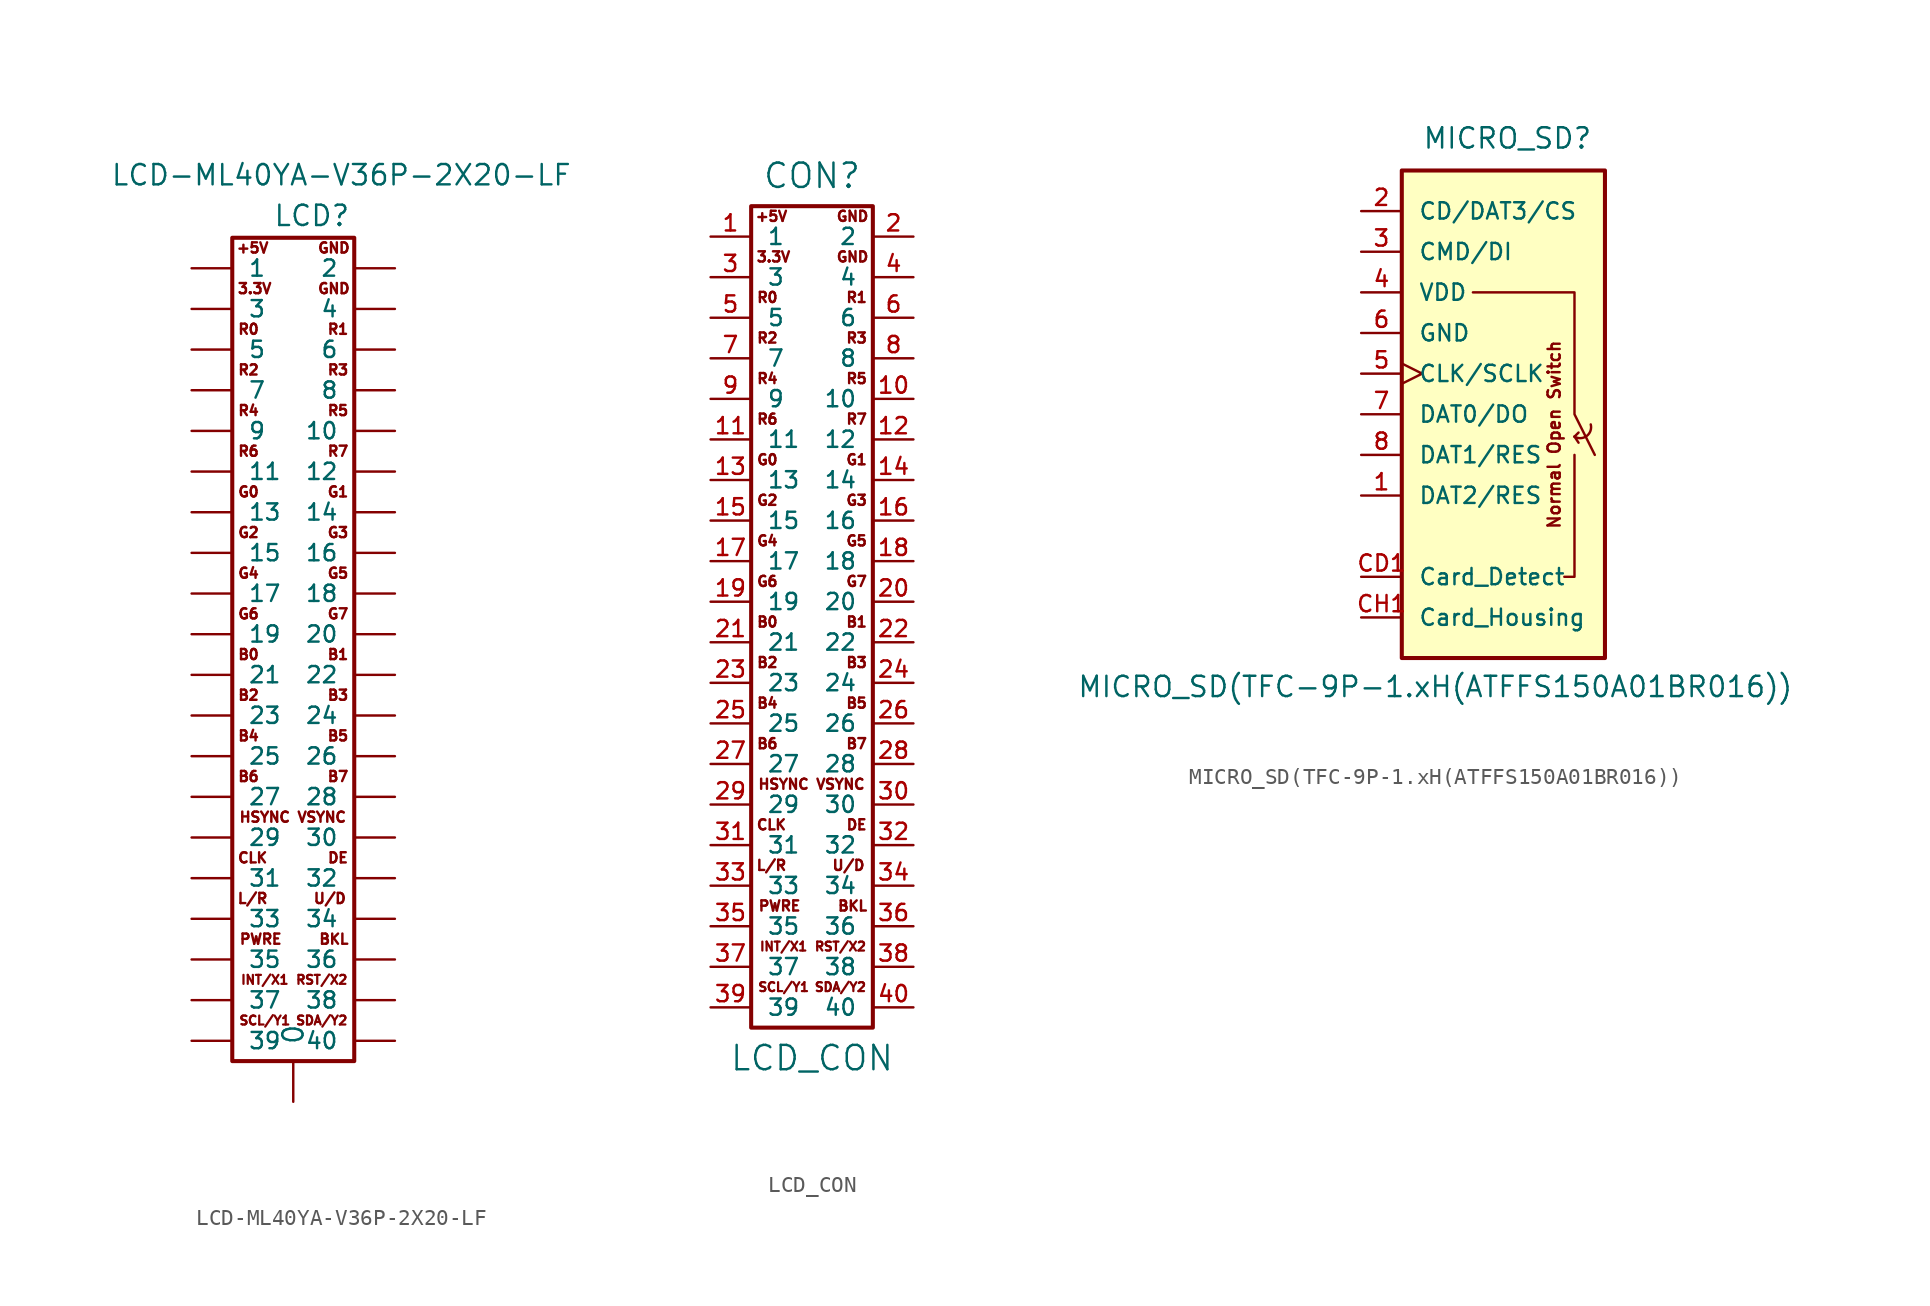
<source format=kicad_sym>
(kicad_symbol_lib
  (version 20220914)
  (generator kicad_symbol_editor)
  (symbol "LCD-ML40YA-V36P-2X20-LF"
    (pin_numbers hide)
    (pin_names
      (offset 1.016))
    (property "Reference" "LCD"
      (at 0 25.4 0)
      (effects (font (size 1.27 1.27)) (justify left bottom)))
    (property "Value" "LCD-ML40YA-V36P-2X20-LF"
      (at -10.16 27.94 0)
      (effects (font (size 1.27 1.27)) (justify left bottom)))
    (property "Datasheet" ""
      (at 2.54 0 0)
      (effects (font (size 1.524 1.524))))
    (property "ki_locked" ""
      (at 0 0 0)
      (effects (font (size 1.27 1.27))))
    (symbol "LCD-ML40YA-V36P-2X20-LF_0_0"
      (text "+5V" (at -1.27 24.13 0) (effects (font (size 0.635 0.635))))
      (text "3.3V" (at -1.143 21.59 0) (effects (font (size 0.635 0.635))))
      (text "B0" (at -1.524 -1.27 0) (effects (font (size 0.635 0.635))))
      (text "B1" (at 4.064 -1.27 0) (effects (font (size 0.635 0.635))))
      (text "B2" (at -1.524 -3.81 0) (effects (font (size 0.635 0.635))))
      (text "B3" (at 4.064 -3.81 0) (effects (font (size 0.635 0.635))))
      (text "B4" (at -1.524 -6.35 0) (effects (font (size 0.635 0.635))))
      (text "B5" (at 4.064 -6.35 0) (effects (font (size 0.635 0.635))))
      (text "B6" (at -1.524 -8.89 0) (effects (font (size 0.635 0.635))))
      (text "B7" (at 4.064 -8.89 0) (effects (font (size 0.635 0.635))))
      (text "BKL" (at 3.81 -19.05 0) (effects (font (size 0.635 0.635))))
      (text "CLK" (at -1.27 -13.97 0) (effects (font (size 0.635 0.635))))
      (text "DE" (at 4.064 -13.97 0) (effects (font (size 0.635 0.635))))
      (text "G0" (at -1.524 8.89 0) (effects (font (size 0.635 0.635))))
      (text "G1" (at 4.064 8.89 0) (effects (font (size 0.635 0.635))))
      (text "G2" (at -1.524 6.35 0) (effects (font (size 0.635 0.635))))
      (text "G3" (at 4.064 6.35 0) (effects (font (size 0.635 0.635))))
      (text "G4" (at -1.524 3.81 0) (effects (font (size 0.635 0.635))))
      (text "G6" (at -1.524 1.27 0) (effects (font (size 0.635 0.635))))
      (text "G7" (at 4.064 1.27 0) (effects (font (size 0.635 0.635))))
      (text "GND" (at 3.81 21.59 0) (effects (font (size 0.635 0.635))))
      (text "GND" (at 3.81 24.13 0) (effects (font (size 0.635 0.635))))
      (text "HSYNC" (at -0.508 -11.43 0) (effects (font (size 0.635 0.635))))
      (text "INT/X1" (at -0.508 -21.59 0) (effects (font (size 0.559 0.559))))
      (text "L/R" (at -1.27 -16.51 0) (effects (font (size 0.635 0.635))))
      (text "PWRE" (at -0.762 -19.05 0) (effects (font (size 0.635 0.635))))
      (text "R0" (at -1.524 19.05 0) (effects (font (size 0.635 0.635))))
      (text "R1" (at 4.064 19.05 0) (effects (font (size 0.635 0.635))))
      (text "R2" (at -1.524 16.51 0) (effects (font (size 0.635 0.635))))
      (text "R3" (at 4.064 16.51 0) (effects (font (size 0.635 0.635))))
      (text "R5" (at 4.064 13.97 0) (effects (font (size 0.635 0.635))))
      (text "R6" (at -1.524 11.43 0) (effects (font (size 0.635 0.635))))
      (text "R7" (at 4.064 11.43 0) (effects (font (size 0.635 0.635))))
      (text "RST/X2" (at 3.048 -21.59 0) (effects (font (size 0.559 0.559))))
      (text "SCL/Y1" (at -0.508 -24.13 0) (effects (font (size 0.559 0.559))))
      (text "SDA/Y2" (at 3.048 -24.13 0) (effects (font (size 0.559 0.559))))
      (text "U/D" (at 3.556 -16.51 0) (effects (font (size 0.635 0.635))))
      (text "VSYNC" (at 3.048 -11.43 0) (effects (font (size 0.635 0.635)))))
    (symbol "LCD-ML40YA-V36P-2X20-LF_1_0"
      (rectangle (start 5.08 -26.67) (end -2.54 24.765) (stroke (width 0.254) (type solid)) (fill (type none)))
      (text "G5" (at 4.064 3.81 0) (effects (font (size 0.635 0.635))))
      (text "R4" (at -1.524 13.97 0) (effects (font (size 0.635 0.635)))))
    (symbol "LCD-ML40YA-V36P-2X20-LF_1_1"
      (pin passive line (at 1.27 -29.21 90) (length 2.489) (name "0" (effects (font (size 1.27 1.27)))) (number "0" (effects (font (size 1.27 1.27)))))
      (pin passive line (at -5.08 22.86 0) (length 2.489) (name "1" (effects (font (size 1.016 1.016)))) (number "1" (effects (font (size 1.016 1.016)))))
      (pin passive line (at 7.62 12.7 180) (length 2.489) (name "10" (effects (font (size 1.016 1.016)))) (number "10" (effects (font (size 1.016 1.016)))))
      (pin passive line (at -5.08 10.16 0) (length 2.489) (name "11" (effects (font (size 1.016 1.016)))) (number "11" (effects (font (size 1.016 1.016)))))
      (pin passive line (at 7.62 10.16 180) (length 2.489) (name "12" (effects (font (size 1.016 1.016)))) (number "12" (effects (font (size 1.016 1.016)))))
      (pin passive line (at -5.08 7.62 0) (length 2.489) (name "13" (effects (font (size 1.016 1.016)))) (number "13" (effects (font (size 1.016 1.016)))))
      (pin passive line (at 7.62 7.62 180) (length 2.489) (name "14" (effects (font (size 1.016 1.016)))) (number "14" (effects (font (size 1.016 1.016)))))
      (pin passive line (at -5.08 5.08 0) (length 2.489) (name "15" (effects (font (size 1.016 1.016)))) (number "15" (effects (font (size 1.016 1.016)))))
      (pin passive line (at 7.62 5.08 180) (length 2.489) (name "16" (effects (font (size 1.016 1.016)))) (number "16" (effects (font (size 1.016 1.016)))))
      (pin passive line (at -5.08 2.54 0) (length 2.489) (name "17" (effects (font (size 1.016 1.016)))) (number "17" (effects (font (size 1.016 1.016)))))
      (pin passive line (at 7.62 2.54 180) (length 2.489) (name "18" (effects (font (size 1.016 1.016)))) (number "18" (effects (font (size 1.016 1.016)))))
      (pin passive line (at -5.08 0 0) (length 2.489) (name "19" (effects (font (size 1.016 1.016)))) (number "19" (effects (font (size 1.016 1.016)))))
      (pin passive line (at 7.62 22.86 180) (length 2.489) (name "2" (effects (font (size 1.016 1.016)))) (number "2" (effects (font (size 1.016 1.016)))))
      (pin passive line (at 7.62 0 180) (length 2.489) (name "20" (effects (font (size 1.016 1.016)))) (number "20" (effects (font (size 1.016 1.016)))))
      (pin passive line (at -5.08 -2.54 0) (length 2.489) (name "21" (effects (font (size 1.016 1.016)))) (number "21" (effects (font (size 1.016 1.016)))))
      (pin passive line (at 7.62 -2.54 180) (length 2.489) (name "22" (effects (font (size 1.016 1.016)))) (number "22" (effects (font (size 1.016 1.016)))))
      (pin passive line (at -5.08 -5.08 0) (length 2.489) (name "23" (effects (font (size 1.016 1.016)))) (number "23" (effects (font (size 1.016 1.016)))))
      (pin passive line (at 7.62 -5.08 180) (length 2.489) (name "24" (effects (font (size 1.016 1.016)))) (number "24" (effects (font (size 1.016 1.016)))))
      (pin passive line (at -5.08 -7.62 0) (length 2.489) (name "25" (effects (font (size 1.016 1.016)))) (number "25" (effects (font (size 1.016 1.016)))))
      (pin passive line (at 7.62 -7.62 180) (length 2.489) (name "26" (effects (font (size 1.016 1.016)))) (number "26" (effects (font (size 1.016 1.016)))))
      (pin passive line (at -5.08 -10.16 0) (length 2.489) (name "27" (effects (font (size 1.016 1.016)))) (number "27" (effects (font (size 1.016 1.016)))))
      (pin passive line (at 7.62 -10.16 180) (length 2.489) (name "28" (effects (font (size 1.016 1.016)))) (number "28" (effects (font (size 1.016 1.016)))))
      (pin passive line (at -5.08 -12.7 0) (length 2.489) (name "29" (effects (font (size 1.016 1.016)))) (number "29" (effects (font (size 1.016 1.016)))))
      (pin passive line (at -5.08 20.32 0) (length 2.489) (name "3" (effects (font (size 1.016 1.016)))) (number "3" (effects (font (size 1.016 1.016)))))
      (pin passive line (at 7.62 -12.7 180) (length 2.489) (name "30" (effects (font (size 1.016 1.016)))) (number "30" (effects (font (size 1.016 1.016)))))
      (pin passive line (at -5.08 -15.24 0) (length 2.489) (name "31" (effects (font (size 1.016 1.016)))) (number "31" (effects (font (size 1.016 1.016)))))
      (pin passive line (at 7.62 -15.24 180) (length 2.489) (name "32" (effects (font (size 1.016 1.016)))) (number "32" (effects (font (size 1.016 1.016)))))
      (pin passive line (at -5.08 -17.78 0) (length 2.489) (name "33" (effects (font (size 1.016 1.016)))) (number "33" (effects (font (size 1.016 1.016)))))
      (pin passive line (at 7.62 -17.78 180) (length 2.489) (name "34" (effects (font (size 1.016 1.016)))) (number "34" (effects (font (size 1.016 1.016)))))
      (pin passive line (at -5.08 -20.32 0) (length 2.489) (name "35" (effects (font (size 1.016 1.016)))) (number "35" (effects (font (size 1.016 1.016)))))
      (pin passive line (at 7.62 -20.32 180) (length 2.489) (name "36" (effects (font (size 1.016 1.016)))) (number "36" (effects (font (size 1.016 1.016)))))
      (pin passive line (at -5.08 -22.86 0) (length 2.489) (name "37" (effects (font (size 1.016 1.016)))) (number "37" (effects (font (size 1.016 1.016)))))
      (pin passive line (at 7.62 -22.86 180) (length 2.489) (name "38" (effects (font (size 1.016 1.016)))) (number "38" (effects (font (size 1.016 1.016)))))
      (pin passive line (at -5.08 -25.4 0) (length 2.489) (name "39" (effects (font (size 1.016 1.016)))) (number "39" (effects (font (size 1.016 1.016)))))
      (pin passive line (at 7.62 20.32 180) (length 2.489) (name "4" (effects (font (size 1.016 1.016)))) (number "4" (effects (font (size 1.016 1.016)))))
      (pin passive line (at 7.62 -25.4 180) (length 2.489) (name "40" (effects (font (size 1.016 1.016)))) (number "40" (effects (font (size 1.016 1.016)))))
      (pin passive line (at -5.08 17.78 0) (length 2.489) (name "5" (effects (font (size 1.016 1.016)))) (number "5" (effects (font (size 1.016 1.016)))))
      (pin passive line (at 7.62 17.78 180) (length 2.489) (name "6" (effects (font (size 1.016 1.016)))) (number "6" (effects (font (size 1.016 1.016)))))
      (pin passive line (at -5.08 15.24 0) (length 2.489) (name "7" (effects (font (size 1.016 1.016)))) (number "7" (effects (font (size 1.016 1.016)))))
      (pin passive line (at 7.62 15.24 180) (length 2.489) (name "8" (effects (font (size 1.016 1.016)))) (number "8" (effects (font (size 1.016 1.016)))))
      (pin passive line (at -5.08 12.7 0) (length 2.489) (name "9" (effects (font (size 1.016 1.016)))) (number "9" (effects (font (size 1.016 1.016)))))))
  (symbol "LCD_CON"
    (pin_names
      (offset 1.016))
    (property "Reference" "CON"
      (at 1.27 26.67 0)
      (effects (font (size 1.524 1.524))))
    (property "Value" "LCD_CON"
      (at 1.27 -28.575 0)
      (effects (font (size 1.524 1.524))))
    (symbol "LCD_CON_1_1"
      (rectangle (start 5.08 -26.67) (end -2.54 24.765) (stroke (width 0.254) (type solid)) (fill (type none)))
      (text "+5V" (at -1.27 24.13 0) (effects (font (size 0.635 0.635))))
      (text "3.3V" (at -1.143 21.59 0) (effects (font (size 0.635 0.635))))
      (text "B0" (at -1.524 -1.27 0) (effects (font (size 0.635 0.635))))
      (text "B1" (at 4.064 -1.27 0) (effects (font (size 0.635 0.635))))
      (text "B2" (at -1.524 -3.81 0) (effects (font (size 0.635 0.635))))
      (text "B3" (at 4.064 -3.81 0) (effects (font (size 0.635 0.635))))
      (text "B4" (at -1.524 -6.35 0) (effects (font (size 0.635 0.635))))
      (text "B5" (at 4.064 -6.35 0) (effects (font (size 0.635 0.635))))
      (text "B6" (at -1.524 -8.89 0) (effects (font (size 0.635 0.635))))
      (text "B7" (at 4.064 -8.89 0) (effects (font (size 0.635 0.635))))
      (text "BKL" (at 3.81 -19.05 0) (effects (font (size 0.635 0.635))))
      (text "CLK" (at -1.27 -13.97 0) (effects (font (size 0.635 0.635))))
      (text "DE" (at 4.064 -13.97 0) (effects (font (size 0.635 0.635))))
      (text "G0" (at -1.524 8.89 0) (effects (font (size 0.635 0.635))))
      (text "G1" (at 4.064 8.89 0) (effects (font (size 0.635 0.635))))
      (text "G2" (at -1.524 6.35 0) (effects (font (size 0.635 0.635))))
      (text "G3" (at 4.064 6.35 0) (effects (font (size 0.635 0.635))))
      (text "G4" (at -1.524 3.81 0) (effects (font (size 0.635 0.635))))
      (text "G5" (at 4.064 3.81 0) (effects (font (size 0.635 0.635))))
      (text "G6" (at -1.524 1.27 0) (effects (font (size 0.635 0.635))))
      (text "G7" (at 4.064 1.27 0) (effects (font (size 0.635 0.635))))
      (text "GND" (at 3.81 21.59 0) (effects (font (size 0.635 0.635))))
      (text "GND" (at 3.81 24.13 0) (effects (font (size 0.635 0.635))))
      (text "HSYNC" (at -0.508 -11.43 0) (effects (font (size 0.635 0.635))))
      (text "INT/X1" (at -0.508 -21.59 0) (effects (font (size 0.559 0.559))))
      (text "L/R" (at -1.27 -16.51 0) (effects (font (size 0.635 0.635))))
      (text "PWRE" (at -0.762 -19.05 0) (effects (font (size 0.635 0.635))))
      (text "R0" (at -1.524 19.05 0) (effects (font (size 0.635 0.635))))
      (text "R1" (at 4.064 19.05 0) (effects (font (size 0.635 0.635))))
      (text "R2" (at -1.524 16.51 0) (effects (font (size 0.635 0.635))))
      (text "R3" (at 4.064 16.51 0) (effects (font (size 0.635 0.635))))
      (text "R4" (at -1.524 13.97 0) (effects (font (size 0.635 0.635))))
      (text "R5" (at 4.064 13.97 0) (effects (font (size 0.635 0.635))))
      (text "R6" (at -1.524 11.43 0) (effects (font (size 0.635 0.635))))
      (text "R7" (at 4.064 11.43 0) (effects (font (size 0.635 0.635))))
      (text "RST/X2" (at 3.048 -21.59 0) (effects (font (size 0.559 0.559))))
      (text "SCL/Y1" (at -0.508 -24.13 0) (effects (font (size 0.559 0.559))))
      (text "SDA/Y2" (at 3.048 -24.13 0) (effects (font (size 0.559 0.559))))
      (text "U/D" (at 3.556 -16.51 0) (effects (font (size 0.635 0.635))))
      (text "VSYNC" (at 3.048 -11.43 0) (effects (font (size 0.635 0.635))))
      (pin passive line (at -5.08 22.86 0) (length 2.489) (name "1" (effects (font (size 1.016 1.016)))) (number "1" (effects (font (size 1.016 1.016)))))
      (pin passive line (at 7.62 12.7 180) (length 2.489) (name "10" (effects (font (size 1.016 1.016)))) (number "10" (effects (font (size 1.016 1.016)))))
      (pin passive line (at -5.08 10.16 0) (length 2.489) (name "11" (effects (font (size 1.016 1.016)))) (number "11" (effects (font (size 1.016 1.016)))))
      (pin passive line (at 7.62 10.16 180) (length 2.489) (name "12" (effects (font (size 1.016 1.016)))) (number "12" (effects (font (size 1.016 1.016)))))
      (pin passive line (at -5.08 7.62 0) (length 2.489) (name "13" (effects (font (size 1.016 1.016)))) (number "13" (effects (font (size 1.016 1.016)))))
      (pin passive line (at 7.62 7.62 180) (length 2.489) (name "14" (effects (font (size 1.016 1.016)))) (number "14" (effects (font (size 1.016 1.016)))))
      (pin passive line (at -5.08 5.08 0) (length 2.489) (name "15" (effects (font (size 1.016 1.016)))) (number "15" (effects (font (size 1.016 1.016)))))
      (pin passive line (at 7.62 5.08 180) (length 2.489) (name "16" (effects (font (size 1.016 1.016)))) (number "16" (effects (font (size 1.016 1.016)))))
      (pin passive line (at -5.08 2.54 0) (length 2.489) (name "17" (effects (font (size 1.016 1.016)))) (number "17" (effects (font (size 1.016 1.016)))))
      (pin passive line (at 7.62 2.54 180) (length 2.489) (name "18" (effects (font (size 1.016 1.016)))) (number "18" (effects (font (size 1.016 1.016)))))
      (pin passive line (at -5.08 0 0) (length 2.489) (name "19" (effects (font (size 1.016 1.016)))) (number "19" (effects (font (size 1.016 1.016)))))
      (pin passive line (at 7.62 22.86 180) (length 2.489) (name "2" (effects (font (size 1.016 1.016)))) (number "2" (effects (font (size 1.016 1.016)))))
      (pin passive line (at 7.62 0 180) (length 2.489) (name "20" (effects (font (size 1.016 1.016)))) (number "20" (effects (font (size 1.016 1.016)))))
      (pin passive line (at -5.08 -2.54 0) (length 2.489) (name "21" (effects (font (size 1.016 1.016)))) (number "21" (effects (font (size 1.016 1.016)))))
      (pin passive line (at 7.62 -2.54 180) (length 2.489) (name "22" (effects (font (size 1.016 1.016)))) (number "22" (effects (font (size 1.016 1.016)))))
      (pin passive line (at -5.08 -5.08 0) (length 2.489) (name "23" (effects (font (size 1.016 1.016)))) (number "23" (effects (font (size 1.016 1.016)))))
      (pin passive line (at 7.62 -5.08 180) (length 2.489) (name "24" (effects (font (size 1.016 1.016)))) (number "24" (effects (font (size 1.016 1.016)))))
      (pin passive line (at -5.08 -7.62 0) (length 2.489) (name "25" (effects (font (size 1.016 1.016)))) (number "25" (effects (font (size 1.016 1.016)))))
      (pin passive line (at 7.62 -7.62 180) (length 2.489) (name "26" (effects (font (size 1.016 1.016)))) (number "26" (effects (font (size 1.016 1.016)))))
      (pin passive line (at -5.08 -10.16 0) (length 2.489) (name "27" (effects (font (size 1.016 1.016)))) (number "27" (effects (font (size 1.016 1.016)))))
      (pin passive line (at 7.62 -10.16 180) (length 2.489) (name "28" (effects (font (size 1.016 1.016)))) (number "28" (effects (font (size 1.016 1.016)))))
      (pin passive line (at -5.08 -12.7 0) (length 2.489) (name "29" (effects (font (size 1.016 1.016)))) (number "29" (effects (font (size 1.016 1.016)))))
      (pin passive line (at -5.08 20.32 0) (length 2.489) (name "3" (effects (font (size 1.016 1.016)))) (number "3" (effects (font (size 1.016 1.016)))))
      (pin passive line (at 7.62 -12.7 180) (length 2.489) (name "30" (effects (font (size 1.016 1.016)))) (number "30" (effects (font (size 1.016 1.016)))))
      (pin passive line (at -5.08 -15.24 0) (length 2.489) (name "31" (effects (font (size 1.016 1.016)))) (number "31" (effects (font (size 1.016 1.016)))))
      (pin passive line (at 7.62 -15.24 180) (length 2.489) (name "32" (effects (font (size 1.016 1.016)))) (number "32" (effects (font (size 1.016 1.016)))))
      (pin passive line (at -5.08 -17.78 0) (length 2.489) (name "33" (effects (font (size 1.016 1.016)))) (number "33" (effects (font (size 1.016 1.016)))))
      (pin passive line (at 7.62 -17.78 180) (length 2.489) (name "34" (effects (font (size 1.016 1.016)))) (number "34" (effects (font (size 1.016 1.016)))))
      (pin passive line (at -5.08 -20.32 0) (length 2.489) (name "35" (effects (font (size 1.016 1.016)))) (number "35" (effects (font (size 1.016 1.016)))))
      (pin passive line (at 7.62 -20.32 180) (length 2.489) (name "36" (effects (font (size 1.016 1.016)))) (number "36" (effects (font (size 1.016 1.016)))))
      (pin passive line (at -5.08 -22.86 0) (length 2.489) (name "37" (effects (font (size 1.016 1.016)))) (number "37" (effects (font (size 1.016 1.016)))))
      (pin passive line (at 7.62 -22.86 180) (length 2.489) (name "38" (effects (font (size 1.016 1.016)))) (number "38" (effects (font (size 1.016 1.016)))))
      (pin passive line (at -5.08 -25.4 0) (length 2.489) (name "39" (effects (font (size 1.016 1.016)))) (number "39" (effects (font (size 1.016 1.016)))))
      (pin passive line (at 7.62 20.32 180) (length 2.489) (name "4" (effects (font (size 1.016 1.016)))) (number "4" (effects (font (size 1.016 1.016)))))
      (pin passive line (at 7.62 -25.4 180) (length 2.489) (name "40" (effects (font (size 1.016 1.016)))) (number "40" (effects (font (size 1.016 1.016)))))
      (pin passive line (at -5.08 17.78 0) (length 2.489) (name "5" (effects (font (size 1.016 1.016)))) (number "5" (effects (font (size 1.016 1.016)))))
      (pin passive line (at 7.62 17.78 180) (length 2.489) (name "6" (effects (font (size 1.016 1.016)))) (number "6" (effects (font (size 1.016 1.016)))))
      (pin passive line (at -5.08 15.24 0) (length 2.489) (name "7" (effects (font (size 1.016 1.016)))) (number "7" (effects (font (size 1.016 1.016)))))
      (pin passive line (at 7.62 15.24 180) (length 2.489) (name "8" (effects (font (size 1.016 1.016)))) (number "8" (effects (font (size 1.016 1.016)))))
      (pin passive line (at -5.08 12.7 0) (length 2.489) (name "9" (effects (font (size 1.016 1.016)))) (number "9" (effects (font (size 1.016 1.016)))))))
  (symbol "MICRO_SD(TFC-9P-1.xH(ATFFS150A01BR016))"
    (pin_names
      (offset 1.016))
    (property "Reference" "MICRO_SD"
      (at -3.81 16.51 0)
      (effects (font (size 1.27 1.27)) (justify left bottom)))
    (property "Value" "MICRO_SD(TFC-9P-1.xH(ATFFS150A01BR016))"
      (at -25.4 -17.78 0)
      (effects (font (size 1.27 1.27)) (justify left bottom)))
    (property "Datasheet" ""
      (at 5.08 2.54 0)
      (effects (font (size 1.524 1.524))))
    (property "ki_locked" ""
      (at 0 0 0)
      (effects (font (size 1.27 1.27))))
    (symbol "MICRO_SD(TFC-9P-1.xH(ATFFS150A01BR016))_0_0"
      (polyline (pts (xy 5.715 -1.397) (xy 5.969 -1.778)) (stroke (width 0) (type solid)) (fill (type none)))
      (polyline (pts (xy 5.715 -1.397) (xy 5.969 -1.143)) (stroke (width 0) (type solid)) (fill (type none)))
      (arc (start 5.715 -1.397) (mid 6.4809 -1.3599) (end 6.731 -0.635) (stroke (width 0) (type solid)) (fill (type none)))
      (text "Normal Open Switch" (at 4.445 -1.27 900) (effects (font (size 0.762 0.762)))))
    (symbol "MICRO_SD(TFC-9P-1.xH(ATFFS150A01BR016))_0_1"
      (rectangle (start -5.08 15.24) (end 7.62 -15.24) (stroke (width 0.254) (type solid)) (fill (type background)))
      (polyline (pts (xy 5.715 -2.54) (xy 5.715 -10.16) (xy 5.08 -10.16)) (stroke (width 0) (type solid)) (fill (type none)))
      (polyline (pts (xy -0.635 7.62) (xy 5.715 7.62) (xy 5.715 0) (xy 6.985 -2.54)) (stroke (width 0) (type solid)) (fill (type none))))
    (symbol "MICRO_SD(TFC-9P-1.xH(ATFFS150A01BR016))_1_1"
      (pin bidirectional line (at -7.62 -5.08 0) (length 2.54) (name "DAT2/RES" (effects (font (size 1.016 1.016)))) (number "1" (effects (font (size 1.016 1.016)))))
      (pin bidirectional line (at -7.62 12.7 0) (length 2.54) (name "CD/DAT3/CS" (effects (font (size 1.016 1.016)))) (number "2" (effects (font (size 1.016 1.016)))))
      (pin input line (at -7.62 10.16 0) (length 2.54) (name "CMD/DI" (effects (font (size 1.016 1.016)))) (number "3" (effects (font (size 1.016 1.016)))))
      (pin power_in line (at -7.62 7.62 0) (length 2.54) (name "VDD" (effects (font (size 1.016 1.016)))) (number "4" (effects (font (size 1.016 1.016)))))
      (pin input clock (at -7.62 2.54 0) (length 2.54) (name "CLK/SCLK" (effects (font (size 1.016 1.016)))) (number "5" (effects (font (size 1.016 1.016)))))
      (pin power_in line (at -7.62 5.08 0) (length 2.54) (name "GND" (effects (font (size 1.016 1.016)))) (number "6" (effects (font (size 1.016 1.016)))))
      (pin bidirectional line (at -7.62 0 0) (length 2.54) (name "DAT0/DO" (effects (font (size 1.016 1.016)))) (number "7" (effects (font (size 1.016 1.016)))))
      (pin bidirectional line (at -7.62 -2.54 0) (length 2.54) (name "DAT1/RES" (effects (font (size 1.016 1.016)))) (number "8" (effects (font (size 1.016 1.016)))))
      (pin input line (at -7.62 -10.16 0) (length 2.54) (name "Card_Detect" (effects (font (size 1.016 1.016)))) (number "CD1" (effects (font (size 1.016 1.016)))))
      (pin input line (at -7.62 -12.7 0) (length 2.54) (name "Card_Housing" (effects (font (size 1.016 1.016)))) (number "CH1" (effects (font (size 1.016 1.016))))))))
</source>
